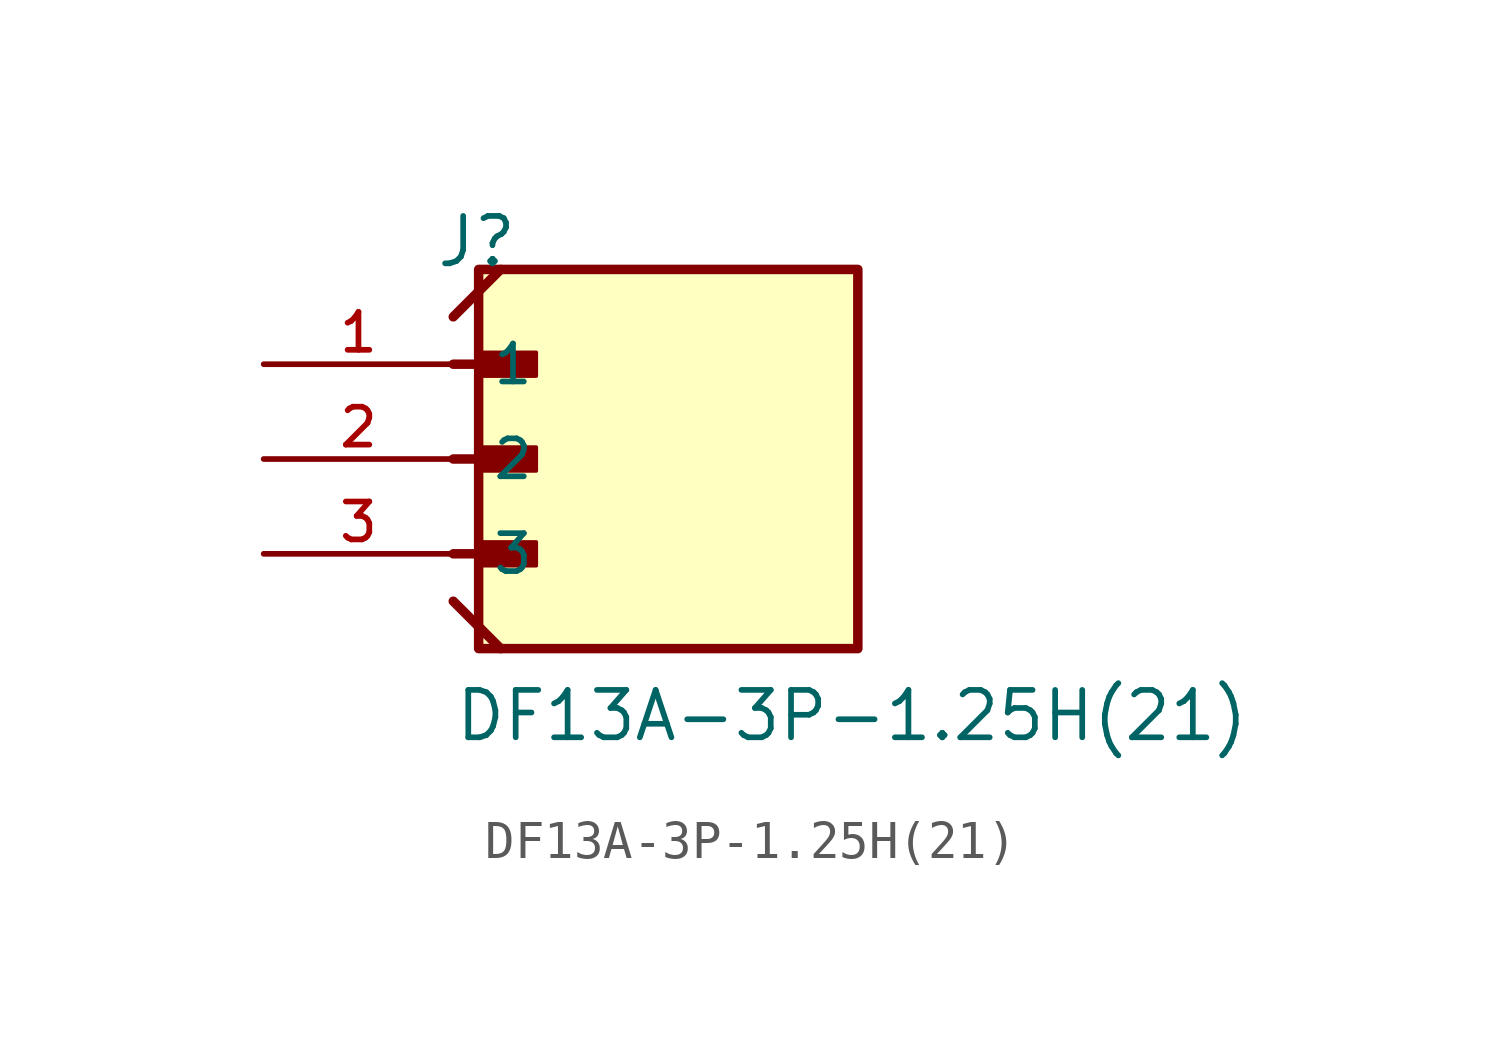
<source format=kicad_sym>
(kicad_symbol_lib
  (version 20211014)
  (generator kicad_symbol_editor)
  (symbol "DF13A-3P-1.25H(21)"
    (pin_names
      (offset 1.016))
    (property "Reference" "J"
      (at -5.58 5.08 0)
      (effects (font (size 1.27 1.27)) (justify bottom left)))
    (property "Value" "DF13A-3P-1.25H(21)"
      (at -5.08 -7.62 0)
      (effects (font (size 1.27 1.27)) (justify bottom left)))
    (symbol "DF13A-3P-1.25H(21)_0_0"
      (polyline (pts (xy -5.08 2.54) (xy -3.175 2.54)) (stroke (width 0.254)))
      (rectangle (start -4.445 2.223) (end -2.857 2.857) (stroke (width 0.1)) (fill (type outline)))
      (polyline (pts (xy -5.08 0.0) (xy -3.175 0.0)) (stroke (width 0.254)))
      (rectangle (start -4.445 -0.318) (end -2.857 0.318) (stroke (width 0.1)) (fill (type outline)))
      (polyline (pts (xy -5.08 -2.54) (xy -3.175 -2.54)) (stroke (width 0.254)))
      (rectangle (start -4.445 -2.857) (end -2.857 -2.223) (stroke (width 0.1)) (fill (type outline)))
      (polyline (pts (xy -5.08 -3.81) (xy -3.81 -5.08)) (stroke (width 0.254)))
      (polyline (pts (xy -5.08 3.81) (xy -3.81 5.08)) (stroke (width 0.254)))
      (rectangle (start -4.4 -5.08) (end 5.76 5.08) (stroke (width 0.254)) (fill (type background)))
      (pin passive line (at -10.16 2.54 0) (length 5.08) (name "1" (effects (font (size 1.016 1.016)))) (number "1" (effects (font (size 1.016 1.016)))))
      (pin passive line (at -10.16 0.0 0) (length 5.08) (name "2" (effects (font (size 1.016 1.016)))) (number "2" (effects (font (size 1.016 1.016)))))
      (pin passive line (at -10.16 -2.54 0) (length 5.08) (name "3" (effects (font (size 1.016 1.016)))) (number "3" (effects (font (size 1.016 1.016))))))))
</source>
